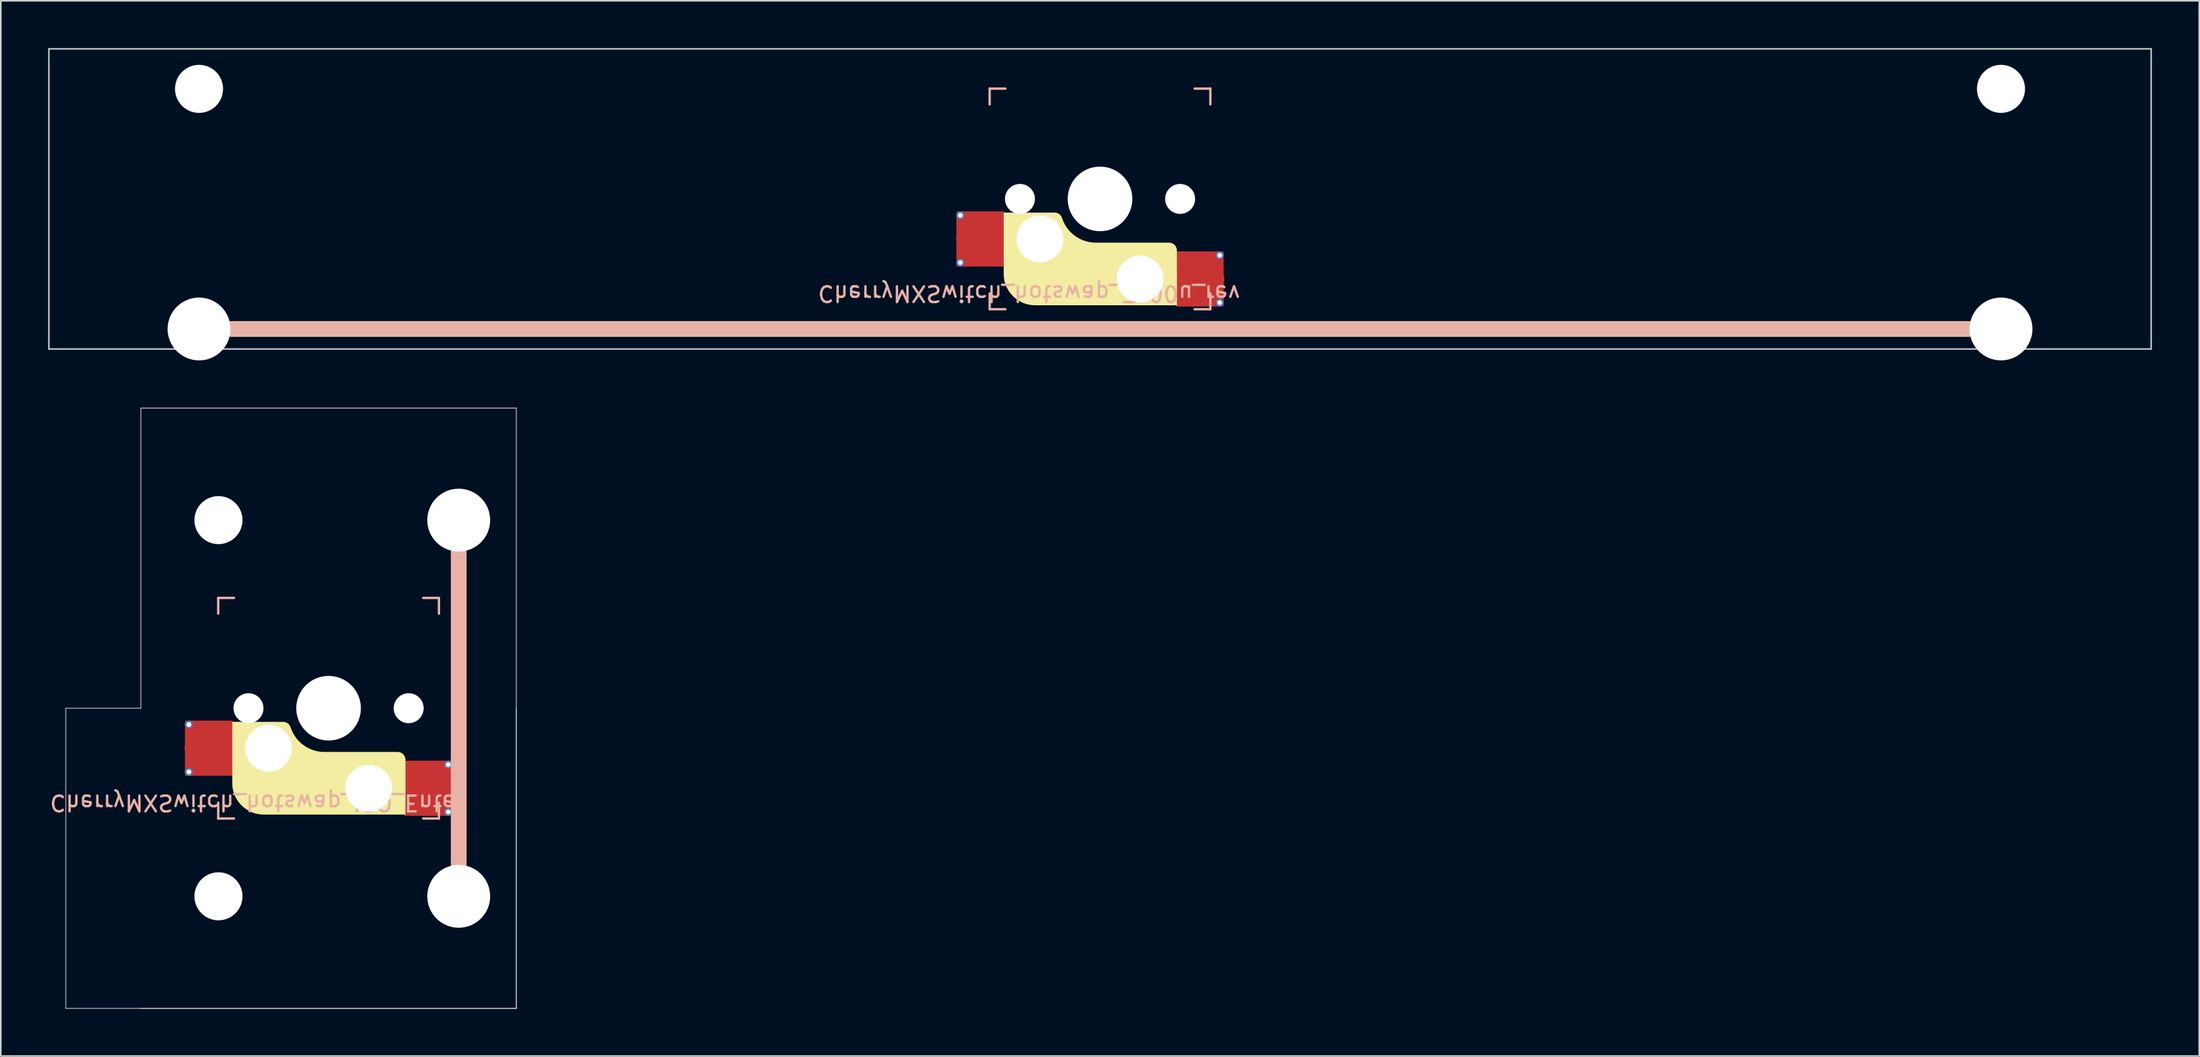
<source format=kicad_pcb>
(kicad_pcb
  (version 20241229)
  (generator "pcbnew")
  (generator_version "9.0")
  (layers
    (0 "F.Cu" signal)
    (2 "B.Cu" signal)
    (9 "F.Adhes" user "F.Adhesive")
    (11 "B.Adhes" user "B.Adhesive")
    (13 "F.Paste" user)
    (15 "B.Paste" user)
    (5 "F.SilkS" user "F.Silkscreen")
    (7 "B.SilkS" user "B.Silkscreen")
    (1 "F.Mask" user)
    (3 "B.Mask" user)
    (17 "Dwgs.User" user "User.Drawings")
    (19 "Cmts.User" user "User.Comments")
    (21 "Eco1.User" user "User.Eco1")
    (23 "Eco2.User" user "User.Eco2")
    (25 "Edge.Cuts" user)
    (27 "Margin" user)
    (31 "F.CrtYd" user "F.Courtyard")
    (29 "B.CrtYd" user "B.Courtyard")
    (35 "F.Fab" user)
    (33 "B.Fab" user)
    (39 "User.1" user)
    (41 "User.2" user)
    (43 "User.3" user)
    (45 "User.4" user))
  (footprint "CherryMXSwitch_hotswap_ISO_Enter"
    (layer "F.Cu")
    (at 17.792 41.899)
    (property "Reference" "CherryMXSwitch_hotswap_ISO_Enter" (at -4.5 6 180) (unlocked yes) (layer "B.SilkS") (effects (font (size 1 1) (thickness 0.15)) (justify mirror)))
    (attr smd)
    (fp_poly (pts (xy 4.877 3.276) (xy 4.876 3.252) (xy 4.875 3.227) (xy 4.872 3.203) (xy 4.867 3.178) (xy 4.862 3.154) (xy 4.855 3.131) (xy 4.848 3.108) (xy 4.839 3.085) (xy 4.829 3.063) (xy 4.818 3.041) (xy 4.806 3.02) (xy 4.793 2.999) (xy 4.779 2.979) (xy 4.764 2.959) (xy 4.748 2.941) (xy 4.731 2.923) (xy 4.713 2.906) (xy 4.694 2.89) (xy 4.675 2.874) (xy 4.654 2.86) (xy 4.634 2.847) (xy 4.612 2.835) (xy 4.591 2.824) (xy 4.568 2.814) (xy 4.546 2.806) (xy 4.522 2.798) (xy 4.499 2.791) (xy 4.475 2.786) (xy 4.451 2.782) (xy 4.426 2.779) (xy 4.402 2.777) (xy 4.377 2.776) (xy -0.266 2.776) (xy -0.442 2.769) (xy -0.615 2.749) (xy -0.784 2.716) (xy -0.95 2.67) (xy -1.11 2.612) (xy -1.265 2.542) (xy -1.414 2.461) (xy -1.556 2.369) (xy -1.691 2.267) (xy -1.818 2.155) (xy -1.937 2.033) (xy -2.046 1.902) (xy -2.146 1.763) (xy -2.235 1.615) (xy -2.313 1.459) (xy -2.38 1.296) (xy -2.417 1.195) (xy -2.424 1.176) (xy -2.432 1.158) (xy -2.44 1.141) (xy -2.449 1.124) (xy -2.459 1.107) (xy -2.469 1.091) (xy -2.48 1.075) (xy -2.491 1.06) (xy -2.503 1.045) (xy -2.515 1.031) (xy -2.528 1.017) (xy -2.542 1.004) (xy -2.556 0.991) (xy -2.57 0.979) (xy -2.585 0.967) (xy -2.6 0.956) (xy -2.615 0.945) (xy -2.631 0.936) (xy -2.648 0.926) (xy -2.665 0.918) (xy -2.682 0.91) (xy -2.699 0.902) (xy -2.717 0.895) (xy -2.735 0.889) (xy -2.753 0.884) (xy -2.771 0.879) (xy -2.79 0.875) (xy -2.809 0.872) (xy -2.828 0.869) (xy -2.848 0.867) (xy -2.867 0.866) (xy -2.887 0.866) (xy -6.11 0.866) (xy -6.11 4.75) (xy -6.107 4.853) (xy -6.1 4.954) (xy -6.087 5.055) (xy -6.069 5.153) (xy -6.047 5.25) (xy -6.02 5.345) (xy -5.989 5.438) (xy -5.953 5.528) (xy -5.913 5.617) (xy -5.869 5.703) (xy -5.82 5.787) (xy -5.768 5.868) (xy -5.713 5.947) (xy -5.653 6.022) (xy -5.59 6.095) (xy -5.524 6.164) (xy -5.455 6.23) (xy -5.382 6.293) (xy -5.307 6.353) (xy -5.228 6.408) (xy -5.147 6.46) (xy -5.063 6.509) (xy -4.977 6.553) (xy -4.888 6.593) (xy -4.798 6.629) (xy -4.705 6.66) (xy -4.61 6.687) (xy -4.513 6.709) (xy -4.415 6.727) (xy -4.314 6.74) (xy -4.213 6.747) (xy -4.11 6.75) (xy 4.877 6.75)) (stroke (width 0) (type solid)) (fill yes) (layer "F.SilkS"))
    (fp_line (start -7 -7) (end -6 -7) (stroke (width 0.15) (type solid)) (layer "B.SilkS"))
    (fp_line (start -7 -6) (end -7 -7) (stroke (width 0.15) (type solid)) (layer "B.SilkS"))
    (fp_line (start -7 6) (end -7 7) (stroke (width 0.15) (type solid)) (layer "B.SilkS"))
    (fp_line (start -7 7) (end -6 7) (stroke (width 0.15) (type solid)) (layer "B.SilkS"))
    (fp_line (start 6 -7) (end 7 -7) (stroke (width 0.15) (type solid)) (layer "B.SilkS"))
    (fp_line (start 7 -7) (end 7 -6) (stroke (width 0.15) (type solid)) (layer "B.SilkS"))
    (fp_line (start 7 7) (end 6 7) (stroke (width 0.15) (type solid)) (layer "B.SilkS"))
    (fp_line (start 7 7) (end 7 6) (stroke (width 0.15) (type solid)) (layer "B.SilkS"))
    (fp_line (start 8.255 -11.938) (end 8.255 11.938) (stroke (width 1) (type solid)) (layer "B.SilkS"))
    (fp_line (start -16.669 0) (end -11.906 0) (stroke (width 0.05) (type solid)) (layer "Dwgs.User"))
    (fp_line (start -16.669 19.05) (end -16.669 0) (stroke (width 0.05) (type solid)) (layer "Dwgs.User"))
    (fp_line (start -16.669 19.05) (end 11.906 19.05) (stroke (width 0.05) (type solid)) (layer "Dwgs.User"))
    (fp_line (start -11.906 0) (end -11.906 -19.05) (stroke (width 0.05) (type solid)) (layer "Dwgs.User"))
    (fp_line (start -11.906 19.05) (end 11.906 19.05) (stroke (width 0.05) (type solid)) (layer "Dwgs.User"))
    (fp_line (start 11.906 -19.05) (end -11.906 -19.05) (stroke (width 0.05) (type solid)) (layer "Dwgs.User"))
    (fp_line (start 11.906 -19.05) (end -11.906 -19.05) (stroke (width 0.05) (type solid)) (layer "Dwgs.User"))
    (fp_line (start 11.906 0) (end 11.906 19.05) (stroke (width 0.05) (type solid)) (layer "Dwgs.User"))
    (fp_line (start 11.906 19.05) (end 11.906 -19.05) (stroke (width 0.05) (type solid)) (layer "Dwgs.User"))
    (fp_line (start -7 -7) (end 7 -7) (stroke (width 0.1) (type solid)) (layer "Eco1.User"))
    (fp_line (start -7 7) (end -7 -7) (stroke (width 0.1) (type solid)) (layer "Eco1.User"))
    (fp_line (start 7 -7) (end 7 7) (stroke (width 0.1) (type solid)) (layer "Eco1.User"))
    (fp_line (start 7 7) (end -7 7) (stroke (width 0.1) (type solid)) (layer "Eco1.User"))
    (fp_line (start 7 7) (end 2.3 7) (stroke (width 0.05) (type solid)) (layer "Eco1.User"))
    (fp_rect (start 1.75 -3.25) (end -1.75 -6.35) (stroke (width 0.1) (type solid)) (fill no) (layer "Eco1.User"))
    (fp_line (start 0 0) (end 0 -4.8) (stroke (width 0.1) (type solid)) (layer "Eco2.User"))
    (fp_line (start 0 0) (end 8.262 0) (stroke (width 0.1) (type solid)) (layer "Eco2.User"))
    (pad "" np_thru_hole circle (at -6.985 -11.938 270) (size 3.048 3.048) (drill 3.048) (layers "*.Cu" "*.Mask"))
    (pad "" np_thru_hole circle (at -6.985 11.938 270) (size 3.048 3.048) (drill 3.048) (layers "*.Cu" "*.Mask"))
    (pad "" np_thru_hole circle (at -5.08 0) (size 1.9 1.9) (drill 1.9) (layers "*.Cu" "*.Mask"))
    (pad "" np_thru_hole circle (at -3.81 2.54) (size 3 3) (drill 2.97) (layers "*.Cu" "*.Mask"))
    (pad "" np_thru_hole circle (at 0 0 270) (size 4.1 4.1) (drill 4.1) (layers "*.Cu" "*.Mask"))
    (pad "" np_thru_hole circle (at 2.54 5.08) (size 3 3) (drill 2.97) (layers "*.Cu" "*.Mask"))
    (pad "" np_thru_hole circle (at 5.08 0) (size 1.9 1.9) (drill 1.9) (layers "*.Cu" "*.Mask"))
    (pad "" np_thru_hole circle (at 8.255 -11.938 270) (size 3.988 3.988) (drill 3.988) (layers "*.Cu" "*.Mask"))
    (pad "" np_thru_hole circle (at 8.255 11.938 270) (size 3.988 3.988) (drill 3.988) (layers "*.Cu" "*.Mask"))
    (pad "1" thru_hole circle (at -8.86 1.04) (size 0.5 0.5) (drill 0.3) (layers "*.Cu" "B.Mask"))
    (pad "1" thru_hole circle (at -8.86 4.04) (size 0.5 0.5) (drill 0.3) (layers "*.Cu" "B.Mask"))
    (pad "1" smd circle (at -8.635 2.54 180) (size 1 1) (layers "F.Cu" "F.Mask" "F.Paste"))
    (pad "1" smd roundrect (at -7.585 2.54 180) (size 3.05 3.5) (layers "F.Cu") (roundrect_rratio 0.029))
    (pad "1" smd roundrect (at -7.385 2.54 180) (size 2.55 2.5) (layers "F.Cu" "F.Mask" "F.Paste") (roundrect_rratio 0.1))
    (pad "2" smd roundrect (at 6.115 5.08) (size 2.55 2.5) (layers "F.Cu" "F.Mask" "F.Paste") (roundrect_rratio 0.1))
    (pad "2" smd roundrect (at 6.315 5.08) (size 3.05 3.5) (layers "F.Cu") (roundrect_rratio 0.029))
    (pad "2" smd circle (at 7.39 5.08 180) (size 1 1) (layers "F.Cu" "F.Mask" "F.Paste"))
    (pad "2" thru_hole circle (at 7.59 3.58 180) (size 0.5 0.5) (drill 0.3) (layers "*.Cu" "B.Mask"))
    (pad "2" thru_hole circle (at 7.59 6.58 180) (size 0.5 0.5) (drill 0.3) (layers "*.Cu" "B.Mask")))
  (footprint "CherryMXSwitch_hotswap_7_00u_rev"
    (layer "F.Cu")
    (at 66.725 9.575)
    (property "Reference" "CherryMXSwitch_hotswap_7_00u_rev" (at -4.5 6 180) (unlocked yes) (layer "B.SilkS") (effects (font (size 1 1) (thickness 0.15)) (justify mirror)))
    (attr smd)
    (fp_poly (pts (xy 4.877 3.276) (xy 4.876 3.252) (xy 4.875 3.227) (xy 4.872 3.203) (xy 4.867 3.178) (xy 4.862 3.154) (xy 4.855 3.131) (xy 4.848 3.108) (xy 4.839 3.085) (xy 4.829 3.063) (xy 4.818 3.041) (xy 4.806 3.02) (xy 4.793 2.999) (xy 4.779 2.979) (xy 4.764 2.959) (xy 4.748 2.941) (xy 4.731 2.923) (xy 4.713 2.906) (xy 4.694 2.89) (xy 4.675 2.874) (xy 4.654 2.86) (xy 4.634 2.847) (xy 4.612 2.835) (xy 4.591 2.824) (xy 4.568 2.814) (xy 4.546 2.806) (xy 4.522 2.798) (xy 4.499 2.791) (xy 4.475 2.786) (xy 4.451 2.782) (xy 4.426 2.779) (xy 4.402 2.777) (xy 4.377 2.776) (xy -0.266 2.776) (xy -0.442 2.769) (xy -0.615 2.749) (xy -0.784 2.716) (xy -0.95 2.67) (xy -1.11 2.612) (xy -1.265 2.542) (xy -1.414 2.461) (xy -1.556 2.369) (xy -1.691 2.267) (xy -1.818 2.155) (xy -1.937 2.033) (xy -2.046 1.902) (xy -2.146 1.763) (xy -2.235 1.615) (xy -2.313 1.459) (xy -2.38 1.296) (xy -2.417 1.195) (xy -2.424 1.176) (xy -2.432 1.158) (xy -2.44 1.141) (xy -2.449 1.124) (xy -2.459 1.107) (xy -2.469 1.091) (xy -2.48 1.075) (xy -2.491 1.06) (xy -2.503 1.045) (xy -2.515 1.031) (xy -2.528 1.017) (xy -2.542 1.004) (xy -2.556 0.991) (xy -2.57 0.979) (xy -2.585 0.967) (xy -2.6 0.956) (xy -2.615 0.945) (xy -2.631 0.936) (xy -2.648 0.926) (xy -2.665 0.918) (xy -2.682 0.91) (xy -2.699 0.902) (xy -2.717 0.895) (xy -2.735 0.889) (xy -2.753 0.884) (xy -2.771 0.879) (xy -2.79 0.875) (xy -2.809 0.872) (xy -2.828 0.869) (xy -2.848 0.867) (xy -2.867 0.866) (xy -2.887 0.866) (xy -6.11 0.866) (xy -6.11 4.75) (xy -6.107 4.853) (xy -6.1 4.954) (xy -6.087 5.055) (xy -6.069 5.153) (xy -6.047 5.25) (xy -6.02 5.345) (xy -5.989 5.438) (xy -5.953 5.528) (xy -5.913 5.617) (xy -5.869 5.703) (xy -5.82 5.787) (xy -5.768 5.868) (xy -5.713 5.947) (xy -5.653 6.022) (xy -5.59 6.095) (xy -5.524 6.164) (xy -5.455 6.23) (xy -5.382 6.293) (xy -5.307 6.353) (xy -5.228 6.408) (xy -5.147 6.46) (xy -5.063 6.509) (xy -4.977 6.553) (xy -4.888 6.593) (xy -4.798 6.629) (xy -4.705 6.66) (xy -4.61 6.687) (xy -4.513 6.709) (xy -4.415 6.727) (xy -4.314 6.74) (xy -4.213 6.747) (xy -4.11 6.75) (xy 4.877 6.75)) (stroke (width 0) (type solid)) (fill yes) (layer "F.SilkS"))
    (fp_line (start -7 -7) (end -6 -7) (stroke (width 0.15) (type solid)) (layer "B.SilkS"))
    (fp_line (start -7 -6) (end -7 -7) (stroke (width 0.15) (type solid)) (layer "B.SilkS"))
    (fp_line (start -7 6) (end -7 7) (stroke (width 0.15) (type solid)) (layer "B.SilkS"))
    (fp_line (start -7 7) (end -6 7) (stroke (width 0.15) (type solid)) (layer "B.SilkS"))
    (fp_line (start 6 -7) (end 7 -7) (stroke (width 0.15) (type solid)) (layer "B.SilkS"))
    (fp_line (start 7 -7) (end 7 -6) (stroke (width 0.15) (type solid)) (layer "B.SilkS"))
    (fp_line (start 7 7) (end 6 7) (stroke (width 0.15) (type solid)) (layer "B.SilkS"))
    (fp_line (start 7 7) (end 7 6) (stroke (width 0.15) (type solid)) (layer "B.SilkS"))
    (fp_line (start 57.15 8.255) (end -57.15 8.255) (stroke (width 1) (type solid)) (layer "B.SilkS"))
    (fp_line (start -66.675 -9.525) (end -66.675 9.525) (stroke (width 0.1) (type solid)) (layer "Dwgs.User"))
    (fp_line (start -66.675 9.525) (end 66.675 9.525) (stroke (width 0.1) (type solid)) (layer "Dwgs.User"))
    (fp_line (start 66.675 -9.525) (end -66.675 -9.525) (stroke (width 0.1) (type solid)) (layer "Dwgs.User"))
    (fp_line (start 66.675 9.525) (end 66.675 -9.525) (stroke (width 0.1) (type solid)) (layer "Dwgs.User"))
    (fp_line (start -7 -7) (end -7 7) (stroke (width 0.1) (type solid)) (layer "Eco1.User"))
    (fp_line (start -7 7) (end 7 7) (stroke (width 0.1) (type solid)) (layer "Eco1.User"))
    (fp_line (start 7 -7) (end -7 -7) (stroke (width 0.1) (type solid)) (layer "Eco1.User"))
    (fp_line (start 7 7) (end 7 -7) (stroke (width 0.1) (type solid)) (layer "Eco1.User"))
    (fp_rect (start 1.75 -3.25) (end -1.75 -6.35) (stroke (width 0.1) (type solid)) (fill no) (layer "Eco1.User"))
    (fp_line (start 0 0) (end 0 -4.8) (stroke (width 0.1) (type solid)) (layer "Eco2.User"))
    (fp_line (start 0 0) (end 8.262 0) (stroke (width 0.1) (type solid)) (layer "Eco2.User"))
    (pad "" np_thru_hole circle (at -57.15 -6.985) (size 3.048 3.048) (drill 3.048) (layers "*.Cu" "*.Mask"))
    (pad "" np_thru_hole circle (at -57.15 8.255) (size 3.988 3.988) (drill 3.988) (layers "*.Cu" "*.Mask"))
    (pad "" np_thru_hole circle (at -5.08 0) (size 1.9 1.9) (drill 1.9) (layers "*.Cu" "*.Mask"))
    (pad "" np_thru_hole circle (at -3.81 2.54) (size 3 3) (drill 2.97) (layers "*.Cu" "*.Mask"))
    (pad "" np_thru_hole circle (at 0 0 270) (size 4.1 4.1) (drill 4.1) (layers "*.Cu" "*.Mask"))
    (pad "" np_thru_hole circle (at 2.54 5.08) (size 3 3) (drill 2.97) (layers "*.Cu" "*.Mask"))
    (pad "" np_thru_hole circle (at 5.08 0) (size 1.9 1.9) (drill 1.9) (layers "*.Cu" "*.Mask"))
    (pad "" np_thru_hole circle (at 57.15 -6.985) (size 3.048 3.048) (drill 3.048) (layers "*.Cu" "*.Mask"))
    (pad "" np_thru_hole circle (at 57.15 8.255) (size 3.988 3.988) (drill 3.988) (layers "*.Cu" "*.Mask"))
    (pad "1" thru_hole circle (at -8.86 1.04) (size 0.5 0.5) (drill 0.3) (layers "*.Cu" "B.Mask"))
    (pad "1" thru_hole circle (at -8.86 4.04) (size 0.5 0.5) (drill 0.3) (layers "*.Cu" "B.Mask"))
    (pad "1" smd circle (at -8.635 2.54 180) (size 1 1) (layers "F.Cu" "F.Mask" "F.Paste"))
    (pad "1" smd roundrect (at -7.585 2.54 180) (size 3.05 3.5) (layers "F.Cu") (roundrect_rratio 0.029))
    (pad "1" smd roundrect (at -7.385 2.54 180) (size 2.55 2.5) (layers "F.Cu" "F.Mask" "F.Paste") (roundrect_rratio 0.1))
    (pad "2" smd roundrect (at 6.115 5.08) (size 2.55 2.5) (layers "F.Cu" "F.Mask" "F.Paste") (roundrect_rratio 0.1))
    (pad "2" smd roundrect (at 6.315 5.08) (size 3.05 3.5) (layers "F.Cu") (roundrect_rratio 0.029))
    (pad "2" smd circle (at 7.39 5.08 180) (size 1 1) (layers "F.Cu" "F.Mask" "F.Paste"))
    (pad "2" thru_hole circle (at 7.59 3.58 180) (size 0.5 0.5) (drill 0.3) (layers "*.Cu" "B.Mask"))
    (pad "2" thru_hole circle (at 7.59 6.58 180) (size 0.5 0.5) (drill 0.3) (layers "*.Cu" "B.Mask")))
  (gr_rect
    (start -3 -3)
    (end 136.45 63.974)
    (stroke (width 0.1) (type default))
    (fill no)
    (layer "Edge.Cuts")))
</source>
